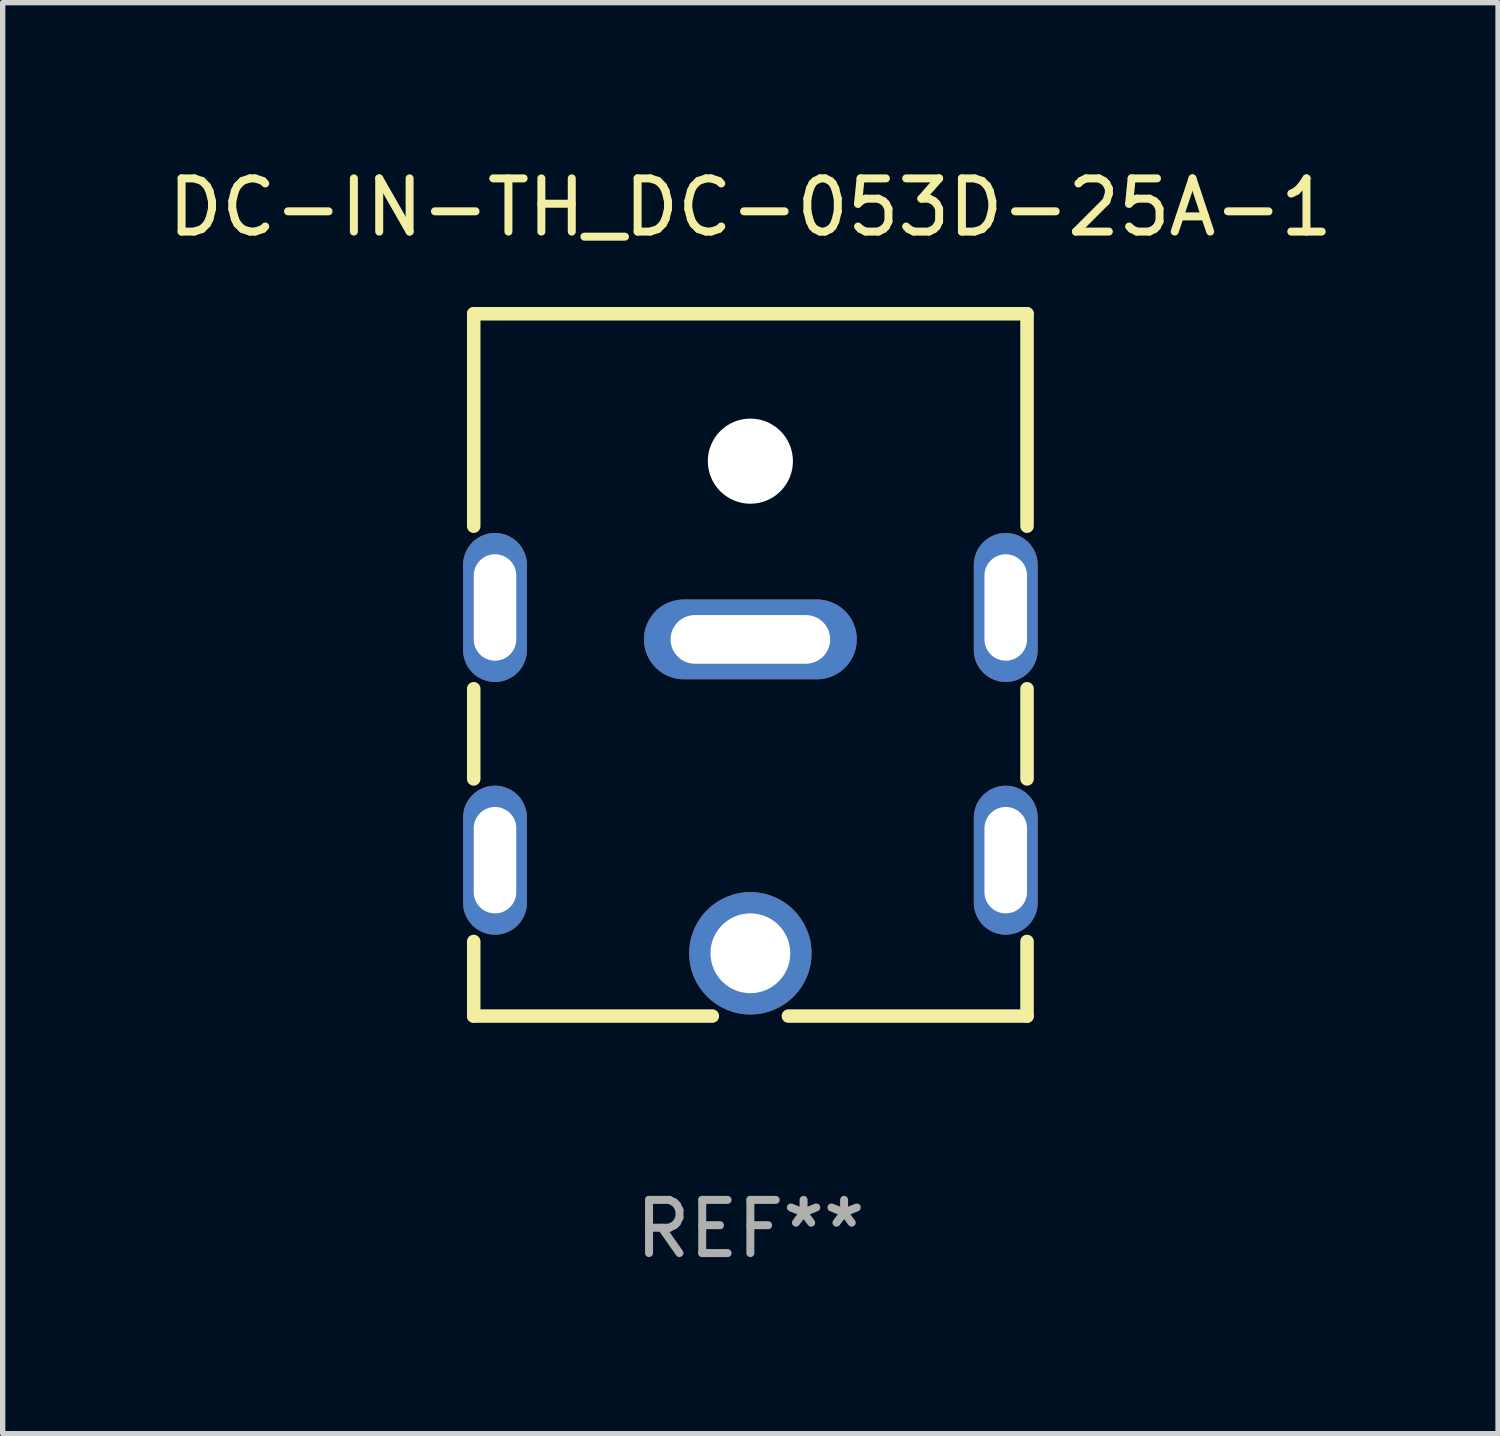
<source format=kicad_pcb>
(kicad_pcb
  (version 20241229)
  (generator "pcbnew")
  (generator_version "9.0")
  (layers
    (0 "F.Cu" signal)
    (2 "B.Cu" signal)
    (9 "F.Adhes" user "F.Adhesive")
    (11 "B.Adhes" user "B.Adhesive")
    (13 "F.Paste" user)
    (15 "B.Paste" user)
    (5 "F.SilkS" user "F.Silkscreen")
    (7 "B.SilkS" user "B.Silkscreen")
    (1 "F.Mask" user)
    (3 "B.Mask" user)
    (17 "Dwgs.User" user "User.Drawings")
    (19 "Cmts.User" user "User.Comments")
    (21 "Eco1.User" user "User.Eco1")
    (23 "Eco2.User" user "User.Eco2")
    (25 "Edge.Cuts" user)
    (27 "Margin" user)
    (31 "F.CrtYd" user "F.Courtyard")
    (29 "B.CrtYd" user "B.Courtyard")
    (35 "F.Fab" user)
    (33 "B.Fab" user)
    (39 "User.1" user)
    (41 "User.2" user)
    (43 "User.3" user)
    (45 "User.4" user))
  (footprint "DC-IN-TH_DC-053D-25A-1"
    (layer "F.Cu")
    (at 11.054 9.448)
    (property "Reference" "DC-IN-TH_DC-053D-25A-1" (at 0 -8.6 0) (layer "F.SilkS") (effects (font (size 1 1) (thickness 0.15))))
    (attr through_hole)
    (fp_line (start -5.2 -6.6) (end 5.2 -6.6) (stroke (width 0.254) (type solid)) (layer "F.SilkS"))
    (fp_line (start -5.2 -2.608) (end -5.2 -6.6) (stroke (width 0.254) (type solid)) (layer "F.SilkS"))
    (fp_line (start -5.2 2.142) (end -5.2 0.448) (stroke (width 0.254) (type solid)) (layer "F.SilkS"))
    (fp_line (start -5.2 6.6) (end -5.2 5.198) (stroke (width 0.254) (type solid)) (layer "F.SilkS"))
    (fp_line (start -0.715 6.6) (end -5.2 6.6) (stroke (width 0.254) (type solid)) (layer "F.SilkS"))
    (fp_line (start 5.2 -6.6) (end 5.2 -2.608) (stroke (width 0.254) (type solid)) (layer "F.SilkS"))
    (fp_line (start 5.2 0.448) (end 5.2 2.142) (stroke (width 0.254) (type solid)) (layer "F.SilkS"))
    (fp_line (start 5.2 5.198) (end 5.2 6.6) (stroke (width 0.254) (type solid)) (layer "F.SilkS"))
    (fp_line (start 5.2 6.6) (end 0.715 6.6) (stroke (width 0.254) (type solid)) (layer "F.SilkS"))
    (fp_circle (center 5.25 6.619) (end 5.28 6.619) (stroke (width 0.06) (type solid)) (fill no) (layer "F.SilkS"))
    (fp_circle (center 0 -3.83) (end 0.325 -3.83) (stroke (width 0.65) (type solid)) (fill no) (layer "F.Fab"))
    (fp_text user "REF**" (at 0 10.6 0) (layer "F.Fab") (effects (font (size 1 1) (thickness 0.15))))
    (pad "" np_thru_hole circle (at 0 -3.83) (size 1.6 1.6) (drill 1.6) (layers "*.Cu" "*.Mask"))
    (pad "1" thru_hole circle (at 0 5.42) (size 2.3 2.3) (drill 1.5) (layers "*.Cu" "*.Mask"))
    (pad "2" thru_hole oval (at 0 -0.48) (size 4 1.5) (drill oval 3 0.914) (layers "*.Cu" "*.Mask"))
    (pad "3" thru_hole oval (at -4.8 -1.08) (size 1.2 2.8) (drill oval 0.8 2) (layers "*.Cu" "*.Mask"))
    (pad "3" thru_hole oval (at -4.8 3.67) (size 1.2 2.8) (drill oval 0.8 2) (layers "*.Cu" "*.Mask"))
    (pad "3" thru_hole oval (at 4.8 -1.08) (size 1.2 2.8) (drill oval 0.8 2) (layers "*.Cu" "*.Mask"))
    (pad "3" thru_hole oval (at 4.8 3.67) (size 1.2 2.8) (drill oval 0.8 2) (layers "*.Cu" "*.Mask")))
  (gr_rect
    (start -3 -3)
    (end 25.107 23.897)
    (stroke (width 0.1) (type default))
    (fill no)
    (layer "Edge.Cuts")))
</source>
